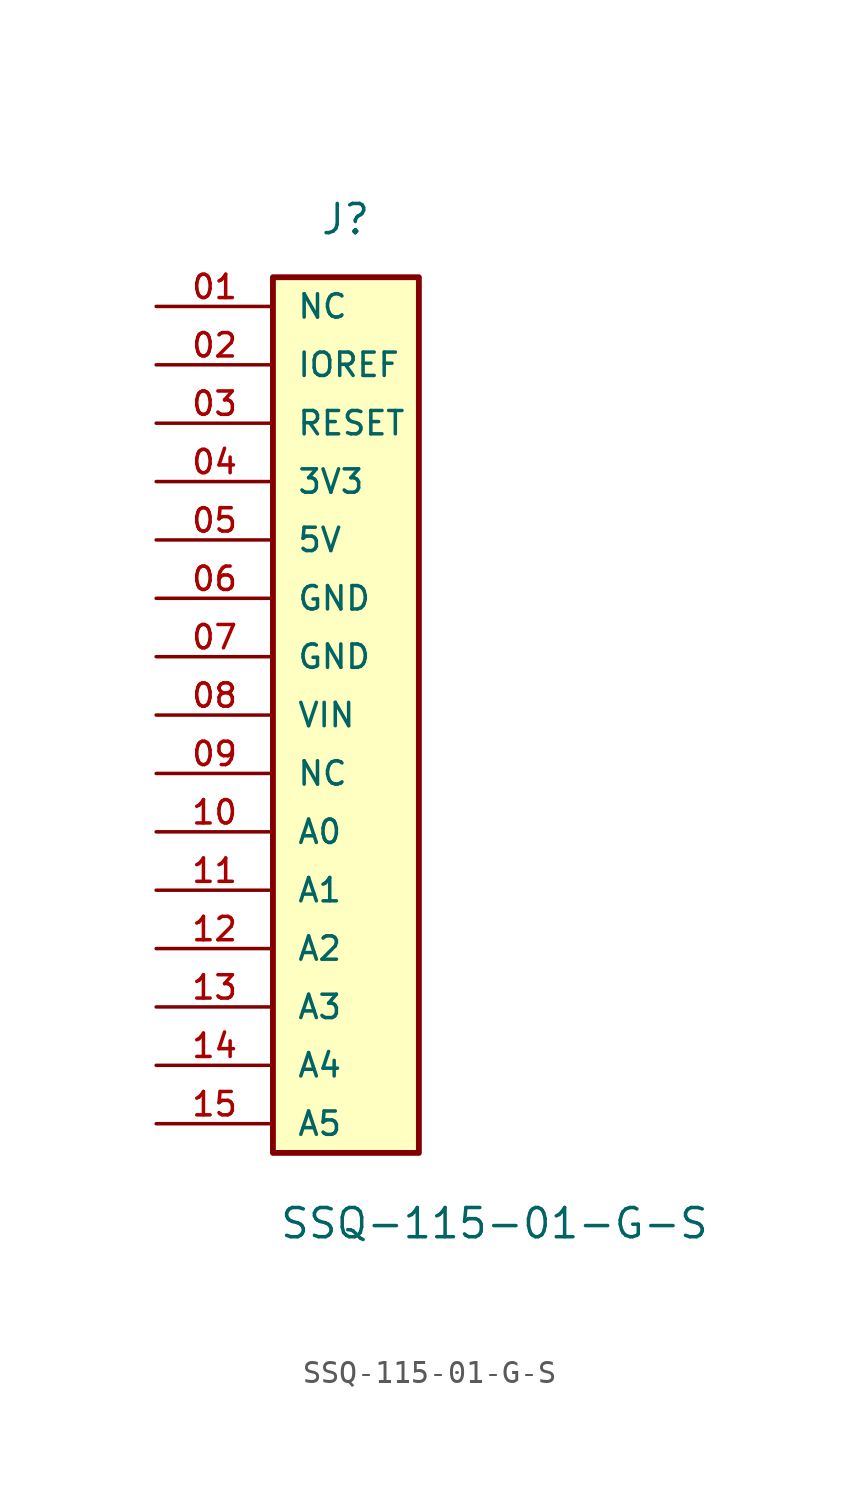
<source format=kicad_sym>
(kicad_symbol_lib
  (version 20231120)
  (generator "kicad_symbol_editor")
  (generator_version "8.0")
  (symbol "SSQ-115-01-G-S"
    (pin_names
      (offset 1.016))
    (property "Reference" "J"
      (at 2.032 39.878 0)
      (effects (font (size 1.27 1.27)) (justify left bottom)))
    (property "Value" "SSQ-115-01-G-S"
      (at 0.254 -3.81 0)
      (effects (font (size 1.27 1.27)) (justify left bottom)))
    (symbol "SSQ-115-01-G-S_0_0"
      (rectangle (start 0 38.1) (end 6.35 0) (stroke (width 0.254) (type default)) (fill (type background))))
    (symbol "SSQ-115-01-G-S_1_0"
      (pin passive line (at -5.08 36.83 0) (length 5.08) (name "NC" (effects (font (size 1.016 1.016)))) (number "01" (effects (font (size 1.016 1.016)))))
      (pin passive line (at -5.08 34.29 0) (length 5.08) (name "IOREF" (effects (font (size 1.016 1.016)))) (number "02" (effects (font (size 1.016 1.016)))))
      (pin passive line (at -5.08 31.75 0) (length 5.08) (name "RESET" (effects (font (size 1.016 1.016)))) (number "03" (effects (font (size 1.016 1.016)))))
      (pin passive line (at -5.08 29.21 0) (length 5.08) (name "3V3" (effects (font (size 1.016 1.016)))) (number "04" (effects (font (size 1.016 1.016)))))
      (pin passive line (at -5.08 26.67 0) (length 5.08) (name "5V" (effects (font (size 1.016 1.016)))) (number "05" (effects (font (size 1.016 1.016)))))
      (pin passive line (at -5.08 24.13 0) (length 5.08) (name "GND" (effects (font (size 1.016 1.016)))) (number "06" (effects (font (size 1.016 1.016)))))
      (pin passive line (at -5.08 21.59 0) (length 5.08) (name "GND" (effects (font (size 1.016 1.016)))) (number "07" (effects (font (size 1.016 1.016)))))
      (pin passive line (at -5.08 19.05 0) (length 5.08) (name "VIN" (effects (font (size 1.016 1.016)))) (number "08" (effects (font (size 1.016 1.016)))))
      (pin passive line (at -5.08 16.51 0) (length 5.08) (name "NC" (effects (font (size 1.016 1.016)))) (number "09" (effects (font (size 1.016 1.016)))))
      (pin passive line (at -5.08 13.97 0) (length 5.08) (name "A0" (effects (font (size 1.016 1.016)))) (number "10" (effects (font (size 1.016 1.016)))))
      (pin passive line (at -5.08 11.43 0) (length 5.08) (name "A1" (effects (font (size 1.016 1.016)))) (number "11" (effects (font (size 1.016 1.016)))))
      (pin passive line (at -5.08 8.89 0) (length 5.08) (name "A2" (effects (font (size 1.016 1.016)))) (number "12" (effects (font (size 1.016 1.016)))))
      (pin passive line (at -5.08 6.35 0) (length 5.08) (name "A3" (effects (font (size 1.016 1.016)))) (number "13" (effects (font (size 1.016 1.016)))))
      (pin passive line (at -5.08 3.81 0) (length 5.08) (name "A4" (effects (font (size 1.016 1.016)))) (number "14" (effects (font (size 1.016 1.016)))))
      (pin passive line (at -5.08 1.27 0) (length 5.08) (name "A5" (effects (font (size 1.016 1.016)))) (number "15" (effects (font (size 1.016 1.016))))))))
</source>
